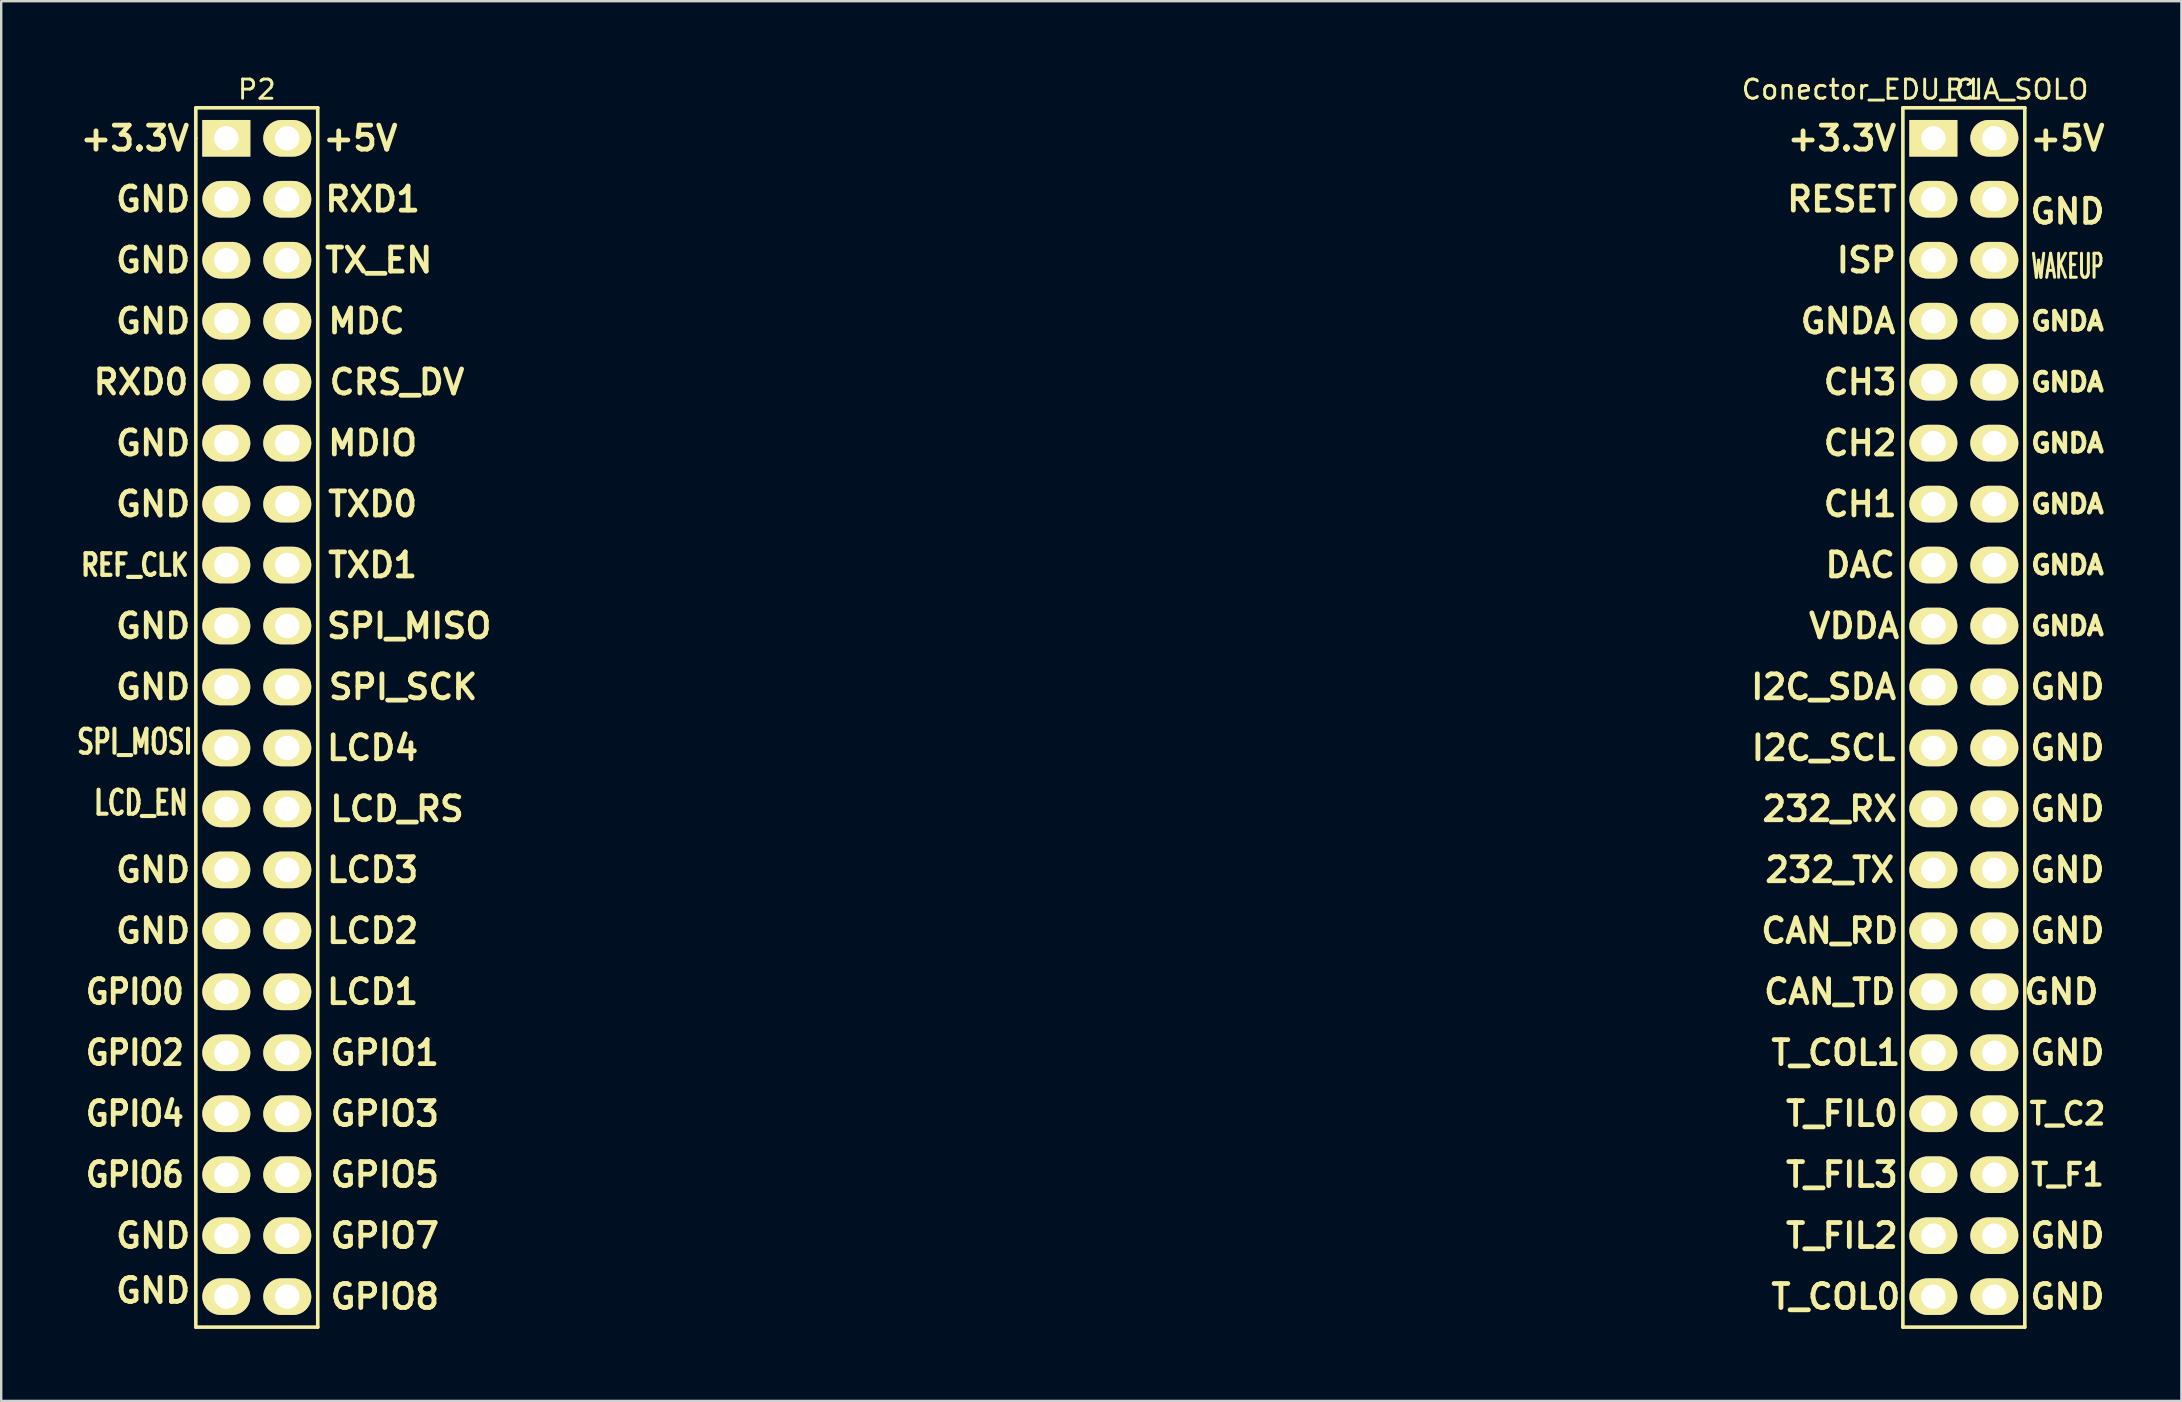
<source format=kicad_pcb>
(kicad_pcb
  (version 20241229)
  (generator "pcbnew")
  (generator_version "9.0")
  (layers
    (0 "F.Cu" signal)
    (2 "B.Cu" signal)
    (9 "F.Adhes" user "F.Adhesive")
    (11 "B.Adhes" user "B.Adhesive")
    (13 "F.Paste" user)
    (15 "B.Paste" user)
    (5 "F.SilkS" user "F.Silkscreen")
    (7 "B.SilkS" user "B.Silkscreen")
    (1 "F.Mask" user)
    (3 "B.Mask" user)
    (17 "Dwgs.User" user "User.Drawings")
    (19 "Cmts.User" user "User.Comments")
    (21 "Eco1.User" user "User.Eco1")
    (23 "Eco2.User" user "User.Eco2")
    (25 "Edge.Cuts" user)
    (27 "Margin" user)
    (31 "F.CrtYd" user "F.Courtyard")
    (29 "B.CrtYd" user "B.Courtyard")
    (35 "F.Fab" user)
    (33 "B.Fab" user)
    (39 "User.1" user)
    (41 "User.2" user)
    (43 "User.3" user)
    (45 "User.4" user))
  (footprint "Conector_EDU_CIA_SOLO"
    (layer "F.Cu")
    (at 77.498 2.711)
    (property "Reference" "Conector_EDU_CIA_SOLO" (at -0.762 -2.032 0) (layer "F.SilkS") (effects (font (size 0.8 0.8) (thickness 0.12))))
    (attr through_hole)
    (fp_line (start -72.39 -1.27) (end -67.31 -1.27) (stroke (width 0.15) (type solid)) (layer "F.SilkS"))
    (fp_line (start -72.39 0) (end -72.39 -1.27) (stroke (width 0.15) (type solid)) (layer "F.SilkS"))
    (fp_line (start -72.39 49.53) (end -72.39 0) (stroke (width 0.15) (type solid)) (layer "F.SilkS"))
    (fp_line (start -67.31 -1.27) (end -67.31 49.53) (stroke (width 0.15) (type solid)) (layer "F.SilkS"))
    (fp_line (start -67.31 49.53) (end -72.39 49.53) (stroke (width 0.15) (type solid)) (layer "F.SilkS"))
    (fp_line (start -1.27 49.53) (end -1.27 -1.27) (stroke (width 0.15) (type solid)) (layer "F.SilkS"))
    (fp_line (start 3.81 -1.27) (end -1.27 -1.27) (stroke (width 0.15) (type solid)) (layer "F.SilkS"))
    (fp_line (start 3.81 49.53) (end -1.27 49.53) (stroke (width 0.15) (type solid)) (layer "F.SilkS"))
    (fp_line (start 3.81 49.53) (end 3.81 -1.27) (stroke (width 0.15) (type solid)) (layer "F.SilkS"))
    (fp_text user "+3.3V" (at -3.81 0 0) (layer "F.SilkS") (effects (font (size 1 1) (thickness 0.2))))
    (fp_text user "CRS_DV" (at -64.008 10.16 0) (layer "F.SilkS") (effects (font (size 1 1) (thickness 0.2))))
    (fp_text user "GND" (at -74.168 45.72 0) (layer "F.SilkS") (effects (font (size 1 1) (thickness 0.2))))
    (fp_text user "MDIO" (at -65.024 12.7 0) (layer "F.SilkS") (effects (font (size 1 1) (thickness 0.2))))
    (fp_text user "GND" (at 5.588 38.1 0) (layer "F.SilkS") (effects (font (size 1 1) (thickness 0.2))))
    (fp_text user "GPIO5" (at -64.516 43.18 0) (layer "F.SilkS") (effects (font (size 1 1) (thickness 0.2))))
    (fp_text user "CAN_TD" (at -4.318 35.56 0) (layer "F.SilkS") (effects (font (size 1 1) (thickness 0.2))))
    (fp_text user "ISP" (at -2.794 5.08 0) (layer "F.SilkS") (effects (font (size 1 1) (thickness 0.2))))
    (fp_text user "RXD1" (at -65.024 2.54 0) (layer "F.SilkS") (effects (font (size 1 1) (thickness 0.2))))
    (fp_text user "CAN_RD" (at -4.318 33.02 0) (layer "F.SilkS") (effects (font (size 1 1) (thickness 0.2))))
    (fp_text user "REF_CLK" (at -74.93 17.78 0) (layer "F.SilkS") (effects (font (size 0.9 0.7) (thickness 0.175))))
    (fp_text user "CH2" (at -3.048 12.7 0) (layer "F.SilkS") (effects (font (size 1 1) (thickness 0.2))))
    (fp_text user "GND" (at -74.168 33.02 0) (layer "F.SilkS") (effects (font (size 1 1) (thickness 0.2))))
    (fp_text user "GPIO6" (at -74.93 43.18 0) (layer "F.SilkS") (effects (font (size 1 0.9) (thickness 0.2))))
    (fp_text user "GNDA" (at 5.588 15.24 0) (layer "F.SilkS") (effects (font (size 0.76 0.76) (thickness 0.19))))
    (fp_text user "GPIO1" (at -64.516 38.1 0) (layer "F.SilkS") (effects (font (size 1 1) (thickness 0.2))))
    (fp_text user "VDDA" (at -3.302 20.32 0) (layer "F.SilkS") (effects (font (size 1 1) (thickness 0.2))))
    (fp_text user "+3.3V" (at -74.93 0 0) (layer "F.SilkS") (effects (font (size 1 1) (thickness 0.2))))
    (fp_text user "CH3" (at -3.048 10.16 0) (layer "F.SilkS") (effects (font (size 1 1) (thickness 0.2))))
    (fp_text user "WAKEUP" (at 5.588 5.334 0) (layer "F.SilkS") (effects (font (size 1 0.5) (thickness 0.125))))
    (fp_text user "P1" (at 1.27 -2.032 0) (layer "F.SilkS") (effects (font (size 0.8 0.8) (thickness 0.12))))
    (fp_text user "GPIO0" (at -74.93 35.56 0) (layer "F.SilkS") (effects (font (size 1 0.9) (thickness 0.2))))
    (fp_text user "TXD1" (at -65.024 17.78 0) (layer "F.SilkS") (effects (font (size 1 1) (thickness 0.2))))
    (fp_text user "I2C_SDA" (at -4.572 22.86 0) (layer "F.SilkS") (effects (font (size 1 1) (thickness 0.2))))
    (fp_text user "232_TX" (at -4.318 30.48 0) (layer "F.SilkS") (effects (font (size 1 1) (thickness 0.2))))
    (fp_text user "GPIO8" (at -64.516 48.26 0) (layer "F.SilkS") (effects (font (size 1 1) (thickness 0.2))))
    (fp_text user "T_COL0" (at -4.064 48.26 0) (layer "F.SilkS") (effects (font (size 1 1) (thickness 0.2))))
    (fp_text user "GNDA" (at 5.588 7.62 0) (layer "F.SilkS") (effects (font (size 0.76 0.76) (thickness 0.19))))
    (fp_text user "T_FIL2" (at -3.81 45.72 0) (layer "F.SilkS") (effects (font (size 1 1) (thickness 0.2))))
    (fp_text user "GND" (at 5.588 25.4 0) (layer "F.SilkS") (effects (font (size 1 1) (thickness 0.2))))
    (fp_text user "GND" (at -74.168 2.54 0) (layer "F.SilkS") (effects (font (size 1 1) (thickness 0.2))))
    (fp_text user "RESET" (at -3.81 2.54 0) (layer "F.SilkS") (effects (font (size 1 1) (thickness 0.2))))
    (fp_text user "SPI_MISO" (at -63.5 20.32 0) (layer "F.SilkS") (effects (font (size 1 1) (thickness 0.2))))
    (fp_text user "GND" (at -74.168 12.7 0) (layer "F.SilkS") (effects (font (size 1 1) (thickness 0.2))))
    (fp_text user "GND" (at -74.168 7.62 0) (layer "F.SilkS") (effects (font (size 1 1) (thickness 0.2))))
    (fp_text user "+5V" (at -65.532 0 0) (layer "F.SilkS") (effects (font (size 1 1) (thickness 0.2))))
    (fp_text user "GND" (at -74.168 22.86 0) (layer "F.SilkS") (effects (font (size 1 1) (thickness 0.2))))
    (fp_text user "LCD_EN" (at -74.676 27.686 0) (layer "F.SilkS") (effects (font (size 1 0.7) (thickness 0.17))))
    (fp_text user "232_RX" (at -4.318 27.94 0) (layer "F.SilkS") (effects (font (size 1 1) (thickness 0.2))))
    (fp_text user "GNDA" (at -3.556 7.62 0) (layer "F.SilkS") (effects (font (size 1 1) (thickness 0.2))))
    (fp_text user "GND" (at -74.168 20.32 0) (layer "F.SilkS") (effects (font (size 1 1) (thickness 0.2))))
    (fp_text user "LCD1" (at -65.024 35.56 0) (layer "F.SilkS") (effects (font (size 1 1) (thickness 0.2))))
    (fp_text user "LCD4" (at -65.024 25.4 0) (layer "F.SilkS") (effects (font (size 1 1) (thickness 0.2))))
    (fp_text user "GND" (at 5.588 27.94 0) (layer "F.SilkS") (effects (font (size 1 1) (thickness 0.2))))
    (fp_text user "LCD_RS" (at -64.008 27.94 0) (layer "F.SilkS") (effects (font (size 1 1) (thickness 0.2))))
    (fp_text user "SPI_MOSI" (at -74.93 25.146 0) (layer "F.SilkS") (effects (font (size 1 0.7) (thickness 0.17))))
    (fp_text user "GNDA" (at 5.588 20.32 0) (layer "F.SilkS") (effects (font (size 0.76 0.76) (thickness 0.19))))
    (fp_text user "DAC" (at -3.048 17.78 0) (layer "F.SilkS") (effects (font (size 1 1) (thickness 0.2))))
    (fp_text user "GNDA" (at 5.588 10.16 0) (layer "F.SilkS") (effects (font (size 0.76 0.76) (thickness 0.19))))
    (fp_text user "P2" (at -69.85 -2.032 0) (layer "F.SilkS") (effects (font (size 0.8 0.8) (thickness 0.12))))
    (fp_text user "GNDA" (at 5.588 17.78 0) (layer "F.SilkS") (effects (font (size 0.76 0.76) (thickness 0.19))))
    (fp_text user "GND" (at -74.168 15.24 0) (layer "F.SilkS") (effects (font (size 1 1) (thickness 0.2))))
    (fp_text user "+5V" (at 5.588 0 0) (layer "F.SilkS") (effects (font (size 1 1) (thickness 0.2))))
    (fp_text user "GND" (at 5.588 22.86 0) (layer "F.SilkS") (effects (font (size 1 1) (thickness 0.2))))
    (fp_text user "GND" (at 5.588 30.48 0) (layer "F.SilkS") (effects (font (size 1 1) (thickness 0.2))))
    (fp_text user "GPIO3" (at -64.516 40.64 0) (layer "F.SilkS") (effects (font (size 1 1) (thickness 0.2))))
    (fp_text user "GND" (at 5.588 48.26 0) (layer "F.SilkS") (effects (font (size 1 1) (thickness 0.2))))
    (fp_text user "LCD2" (at -65.024 33.02 0) (layer "F.SilkS") (effects (font (size 1 1) (thickness 0.2))))
    (fp_text user "GND" (at 5.588 45.72 0) (layer "F.SilkS") (effects (font (size 1 1) (thickness 0.2))))
    (fp_text user "T_FIL0" (at -3.81 40.64 0) (layer "F.SilkS") (effects (font (size 1 1) (thickness 0.2))))
    (fp_text user "RXD0" (at -74.676 10.16 0) (layer "F.SilkS") (effects (font (size 1 1) (thickness 0.2))))
    (fp_text user "GND" (at 5.588 3.048 0) (layer "F.SilkS") (effects (font (size 1 1) (thickness 0.2))))
    (fp_text user "CH1" (at -3.048 15.24 0) (layer "F.SilkS") (effects (font (size 1 1) (thickness 0.2))))
    (fp_text user "GND" (at -74.168 30.48 0) (layer "F.SilkS") (effects (font (size 1 1) (thickness 0.2))))
    (fp_text user "I2C_SCL" (at -4.572 25.4 0) (layer "F.SilkS") (effects (font (size 1 1) (thickness 0.2))))
    (fp_text user "GPIO2" (at -74.93 38.1 0) (layer "F.SilkS") (effects (font (size 1 0.9) (thickness 0.2))))
    (fp_text user "T_FIL3" (at -3.81 43.18 0) (layer "F.SilkS") (effects (font (size 1 1) (thickness 0.2))))
    (fp_text user "GND" (at -74.168 48.006 0) (layer "F.SilkS") (effects (font (size 1 1) (thickness 0.2))))
    (fp_text user "TX_EN" (at -64.77 5.08 0) (layer "F.SilkS") (effects (font (size 1 1) (thickness 0.2))))
    (fp_text user "LCD3" (at -65.024 30.48 0) (layer "F.SilkS") (effects (font (size 1 1) (thickness 0.2))))
    (fp_text user "GPIO7" (at -64.516 45.72 0) (layer "F.SilkS") (effects (font (size 1 1) (thickness 0.2))))
    (fp_text user "T_COL1" (at -4.064 38.1 0) (layer "F.SilkS") (effects (font (size 1 1) (thickness 0.2))))
    (fp_text user "TXD0" (at -65.024 15.24 0) (layer "F.SilkS") (effects (font (size 1 1) (thickness 0.2))))
    (fp_text user "T_F1" (at 5.588 43.18 0) (layer "F.SilkS") (effects (font (size 0.9 0.9) (thickness 0.18))))
    (fp_text user "T_C2" (at 5.588 40.64 0) (layer "F.SilkS") (effects (font (size 0.9 0.9) (thickness 0.18))))
    (fp_text user "GPIO4" (at -74.93 40.64 0) (layer "F.SilkS") (effects (font (size 1 0.9) (thickness 0.2))))
    (fp_text user "GND" (at 5.588 33.02 0) (layer "F.SilkS") (effects (font (size 1 1) (thickness 0.2))))
    (fp_text user "GNDA" (at 5.588 12.7 0) (layer "F.SilkS") (effects (font (size 0.76 0.76) (thickness 0.19))))
    (fp_text user "GND" (at 5.334 35.56 0) (layer "F.SilkS") (effects (font (size 1 1) (thickness 0.2))))
    (fp_text user "GND" (at -74.168 5.08 0) (layer "F.SilkS") (effects (font (size 1 1) (thickness 0.2))))
    (fp_text user "SPI_SCK" (at -63.754 22.86 0) (layer "F.SilkS") (effects (font (size 1 1) (thickness 0.2))))
    (fp_text user "MDC" (at -65.278 7.62 0) (layer "F.SilkS") (effects (font (size 1 1) (thickness 0.2))))
    (pad "1" thru_hole rect (at 0 0 270) (size 1.524 2) (drill 1.016) (layers "*.Cu" "*.Mask" "F.SilkS"))
    (pad "2" thru_hole oval (at 2.54 0 270) (size 1.524 2) (drill 1.016) (layers "*.Cu" "*.Mask" "F.SilkS"))
    (pad "3" thru_hole oval (at 0 2.54 270) (size 1.524 2) (drill 1.016) (layers "*.Cu" "*.Mask" "F.SilkS"))
    (pad "4" thru_hole oval (at 2.54 2.54 270) (size 1.524 2) (drill 1.016) (layers "*.Cu" "*.Mask" "F.SilkS"))
    (pad "5" thru_hole oval (at 0 5.08 270) (size 1.524 2) (drill 1.016) (layers "*.Cu" "*.Mask" "F.SilkS"))
    (pad "6" thru_hole oval (at 2.54 5.08 270) (size 1.524 2) (drill 1.016) (layers "*.Cu" "*.Mask" "F.SilkS"))
    (pad "7" thru_hole oval (at 0 7.62 270) (size 1.524 2) (drill 1.016) (layers "*.Cu" "*.Mask" "F.SilkS"))
    (pad "8" thru_hole oval (at 2.54 7.62 270) (size 1.524 2) (drill 1.016) (layers "*.Cu" "*.Mask" "F.SilkS"))
    (pad "9" thru_hole oval (at 0 10.16 270) (size 1.524 2) (drill 1.016) (layers "*.Cu" "*.Mask" "F.SilkS"))
    (pad "10" thru_hole oval (at 2.54 10.16 270) (size 1.524 2) (drill 1.016) (layers "*.Cu" "*.Mask" "F.SilkS"))
    (pad "11" thru_hole oval (at 0 12.7 270) (size 1.524 2) (drill 1.016) (layers "*.Cu" "*.Mask" "F.SilkS"))
    (pad "12" thru_hole oval (at 2.54 12.7 270) (size 1.524 2) (drill 1.016) (layers "*.Cu" "*.Mask" "F.SilkS"))
    (pad "13" thru_hole oval (at 0 15.24 270) (size 1.524 2) (drill 1.016) (layers "*.Cu" "*.Mask" "F.SilkS"))
    (pad "14" thru_hole oval (at 2.54 15.24 270) (size 1.524 2) (drill 1.016) (layers "*.Cu" "*.Mask" "F.SilkS"))
    (pad "15" thru_hole oval (at 0 17.78 270) (size 1.524 2) (drill 1.016) (layers "*.Cu" "*.Mask" "F.SilkS"))
    (pad "16" thru_hole oval (at 2.54 17.78 270) (size 1.524 2) (drill 1.016) (layers "*.Cu" "*.Mask" "F.SilkS"))
    (pad "17" thru_hole oval (at 0 20.32 270) (size 1.524 2) (drill 1.016) (layers "*.Cu" "*.Mask" "F.SilkS"))
    (pad "18" thru_hole oval (at 2.54 20.32 270) (size 1.524 2) (drill 1.016) (layers "*.Cu" "*.Mask" "F.SilkS"))
    (pad "19" thru_hole oval (at 0 22.86 270) (size 1.524 2) (drill 1.016) (layers "*.Cu" "*.Mask" "F.SilkS"))
    (pad "20" thru_hole oval (at 2.54 22.86 270) (size 1.524 2) (drill 1.016) (layers "*.Cu" "*.Mask" "F.SilkS"))
    (pad "21" thru_hole oval (at 0 25.4 270) (size 1.524 2) (drill 1.016) (layers "*.Cu" "*.Mask" "F.SilkS"))
    (pad "22" thru_hole oval (at 2.54 25.4 270) (size 1.524 2) (drill 1.016) (layers "*.Cu" "*.Mask" "F.SilkS"))
    (pad "23" thru_hole oval (at 0 27.94 270) (size 1.524 2) (drill 1.016) (layers "*.Cu" "*.Mask" "F.SilkS"))
    (pad "24" thru_hole oval (at 2.54 27.94 270) (size 1.524 2) (drill 1.016) (layers "*.Cu" "*.Mask" "F.SilkS"))
    (pad "25" thru_hole oval (at 0 30.48 270) (size 1.524 2) (drill 1.016) (layers "*.Cu" "*.Mask" "F.SilkS"))
    (pad "26" thru_hole oval (at 2.54 30.48 270) (size 1.524 2) (drill 1.016) (layers "*.Cu" "*.Mask" "F.SilkS"))
    (pad "27" thru_hole oval (at 0 33.02 270) (size 1.524 2) (drill 1.016) (layers "*.Cu" "*.Mask" "F.SilkS"))
    (pad "28" thru_hole oval (at 2.54 33.02 270) (size 1.524 2) (drill 1.016) (layers "*.Cu" "*.Mask" "F.SilkS"))
    (pad "29" thru_hole oval (at 0 35.56 270) (size 1.524 2) (drill 1.016) (layers "*.Cu" "*.Mask" "F.SilkS"))
    (pad "30" thru_hole oval (at 2.54 35.56 270) (size 1.524 2) (drill 1.016) (layers "*.Cu" "*.Mask" "F.SilkS"))
    (pad "31" thru_hole oval (at 0 38.1 270) (size 1.524 2) (drill 1.016) (layers "*.Cu" "*.Mask" "F.SilkS"))
    (pad "32" thru_hole oval (at 2.54 38.1 270) (size 1.524 2) (drill 1.016) (layers "*.Cu" "*.Mask" "F.SilkS"))
    (pad "33" thru_hole oval (at 0 40.64 270) (size 1.524 2) (drill 1.016) (layers "*.Cu" "*.Mask" "F.SilkS"))
    (pad "34" thru_hole oval (at 2.54 40.64 270) (size 1.524 2) (drill 1.016) (layers "*.Cu" "*.Mask" "F.SilkS"))
    (pad "35" thru_hole oval (at 0 43.18 270) (size 1.524 2) (drill 1.016) (layers "*.Cu" "*.Mask" "F.SilkS"))
    (pad "36" thru_hole oval (at 2.54 43.18 270) (size 1.524 2) (drill 1.016) (layers "*.Cu" "*.Mask" "F.SilkS"))
    (pad "37" thru_hole oval (at 0 45.72 270) (size 1.524 2) (drill 1.016) (layers "*.Cu" "*.Mask" "F.SilkS"))
    (pad "38" thru_hole oval (at 2.54 45.72 270) (size 1.524 2) (drill 1.016) (layers "*.Cu" "*.Mask" "F.SilkS"))
    (pad "39" thru_hole oval (at 0 48.26 270) (size 1.524 2) (drill 1.016) (layers "*.Cu" "*.Mask" "F.SilkS"))
    (pad "40" thru_hole oval (at 2.54 48.26 270) (size 1.524 2) (drill 1.016) (layers "*.Cu" "*.Mask" "F.SilkS"))
    (pad "41" thru_hole rect (at -71.12 0 270) (size 1.524 2) (drill 1.016) (layers "*.Cu" "*.Mask" "F.SilkS"))
    (pad "42" thru_hole oval (at -68.58 0 270) (size 1.524 2) (drill 1.016) (layers "*.Cu" "*.Mask" "F.SilkS"))
    (pad "43" thru_hole oval (at -71.12 2.54 270) (size 1.524 2) (drill 1.016) (layers "*.Cu" "*.Mask" "F.SilkS"))
    (pad "44" thru_hole oval (at -68.58 2.54 270) (size 1.524 2) (drill 1.016) (layers "*.Cu" "*.Mask" "F.SilkS"))
    (pad "45" thru_hole oval (at -71.12 5.08 270) (size 1.524 2) (drill 1.016) (layers "*.Cu" "*.Mask" "F.SilkS"))
    (pad "46" thru_hole oval (at -68.58 5.08 270) (size 1.524 2) (drill 1.016) (layers "*.Cu" "*.Mask" "F.SilkS"))
    (pad "47" thru_hole oval (at -71.12 7.62 270) (size 1.524 2) (drill 1.016) (layers "*.Cu" "*.Mask" "F.SilkS"))
    (pad "48" thru_hole oval (at -68.58 7.62 270) (size 1.524 2) (drill 1.016) (layers "*.Cu" "*.Mask" "F.SilkS"))
    (pad "49" thru_hole oval (at -71.12 10.16 270) (size 1.524 2) (drill 1.016) (layers "*.Cu" "*.Mask" "F.SilkS"))
    (pad "50" thru_hole oval (at -68.58 10.16 270) (size 1.524 2) (drill 1.016) (layers "*.Cu" "*.Mask" "F.SilkS"))
    (pad "51" thru_hole oval (at -71.12 12.7 270) (size 1.524 2) (drill 1.016) (layers "*.Cu" "*.Mask" "F.SilkS"))
    (pad "52" thru_hole oval (at -68.58 12.7 270) (size 1.524 2) (drill 1.016) (layers "*.Cu" "*.Mask" "F.SilkS"))
    (pad "53" thru_hole oval (at -71.12 15.24 270) (size 1.524 2) (drill 1.016) (layers "*.Cu" "*.Mask" "F.SilkS"))
    (pad "54" thru_hole oval (at -68.58 15.24 270) (size 1.524 2) (drill 1.016) (layers "*.Cu" "*.Mask" "F.SilkS"))
    (pad "55" thru_hole oval (at -71.12 17.78 270) (size 1.524 2) (drill 1.016) (layers "*.Cu" "*.Mask" "F.SilkS"))
    (pad "56" thru_hole oval (at -68.58 17.78 270) (size 1.524 2) (drill 1.016) (layers "*.Cu" "*.Mask" "F.SilkS"))
    (pad "57" thru_hole oval (at -71.12 20.32 270) (size 1.524 2) (drill 1.016) (layers "*.Cu" "*.Mask" "F.SilkS"))
    (pad "58" thru_hole oval (at -68.58 20.32 270) (size 1.524 2) (drill 1.016) (layers "*.Cu" "*.Mask" "F.SilkS"))
    (pad "59" thru_hole oval (at -71.12 22.86 270) (size 1.524 2) (drill 1.016) (layers "*.Cu" "*.Mask" "F.SilkS"))
    (pad "60" thru_hole oval (at -68.58 22.86 270) (size 1.524 2) (drill 1.016) (layers "*.Cu" "*.Mask" "F.SilkS"))
    (pad "61" thru_hole oval (at -71.12 25.4 270) (size 1.524 2) (drill 1.016) (layers "*.Cu" "*.Mask" "F.SilkS"))
    (pad "62" thru_hole oval (at -68.58 25.4 270) (size 1.524 2) (drill 1.016) (layers "*.Cu" "*.Mask" "F.SilkS"))
    (pad "63" thru_hole oval (at -71.12 27.94 270) (size 1.524 2) (drill 1.016) (layers "*.Cu" "*.Mask" "F.SilkS"))
    (pad "64" thru_hole oval (at -68.58 27.94 270) (size 1.524 2) (drill 1.016) (layers "*.Cu" "*.Mask" "F.SilkS"))
    (pad "65" thru_hole oval (at -71.12 30.48 270) (size 1.524 2) (drill 1.016) (layers "*.Cu" "*.Mask" "F.SilkS"))
    (pad "66" thru_hole oval (at -68.58 30.48 270) (size 1.524 2) (drill 1.016) (layers "*.Cu" "*.Mask" "F.SilkS"))
    (pad "67" thru_hole oval (at -71.12 33.02 270) (size 1.524 2) (drill 1.016) (layers "*.Cu" "*.Mask" "F.SilkS"))
    (pad "68" thru_hole oval (at -68.58 33.02 270) (size 1.524 2) (drill 1.016) (layers "*.Cu" "*.Mask" "F.SilkS"))
    (pad "69" thru_hole oval (at -71.12 35.56 270) (size 1.524 2) (drill 1.016) (layers "*.Cu" "*.Mask" "F.SilkS"))
    (pad "70" thru_hole oval (at -68.58 35.56 270) (size 1.524 2) (drill 1.016) (layers "*.Cu" "*.Mask" "F.SilkS"))
    (pad "71" thru_hole oval (at -71.12 38.1 270) (size 1.524 2) (drill 1.016) (layers "*.Cu" "*.Mask" "F.SilkS"))
    (pad "72" thru_hole oval (at -68.58 38.1 270) (size 1.524 2) (drill 1.016) (layers "*.Cu" "*.Mask" "F.SilkS"))
    (pad "73" thru_hole oval (at -71.12 40.64 270) (size 1.524 2) (drill 1.016) (layers "*.Cu" "*.Mask" "F.SilkS"))
    (pad "74" thru_hole oval (at -68.58 40.64 270) (size 1.524 2) (drill 1.016) (layers "*.Cu" "*.Mask" "F.SilkS"))
    (pad "75" thru_hole oval (at -71.12 43.18 270) (size 1.524 2) (drill 1.016) (layers "*.Cu" "*.Mask" "F.SilkS"))
    (pad "76" thru_hole oval (at -68.58 43.18 270) (size 1.524 2) (drill 1.016) (layers "*.Cu" "*.Mask" "F.SilkS"))
    (pad "77" thru_hole oval (at -71.12 45.72 270) (size 1.524 2) (drill 1.016) (layers "*.Cu" "*.Mask" "F.SilkS"))
    (pad "78" thru_hole oval (at -68.58 45.72 270) (size 1.524 2) (drill 1.016) (layers "*.Cu" "*.Mask" "F.SilkS"))
    (pad "79" thru_hole oval (at -71.12 48.26 270) (size 1.524 2) (drill 1.016) (layers "*.Cu" "*.Mask" "F.SilkS"))
    (pad "80" thru_hole oval (at -68.58 48.26 270) (size 1.524 2) (drill 1.016) (layers "*.Cu" "*.Mask" "F.SilkS")))
  (gr_rect
    (start -3 -3)
    (end 87.831 55.316)
    (stroke (width 0.1) (type default))
    (fill no)
    (layer "Edge.Cuts")))
</source>
